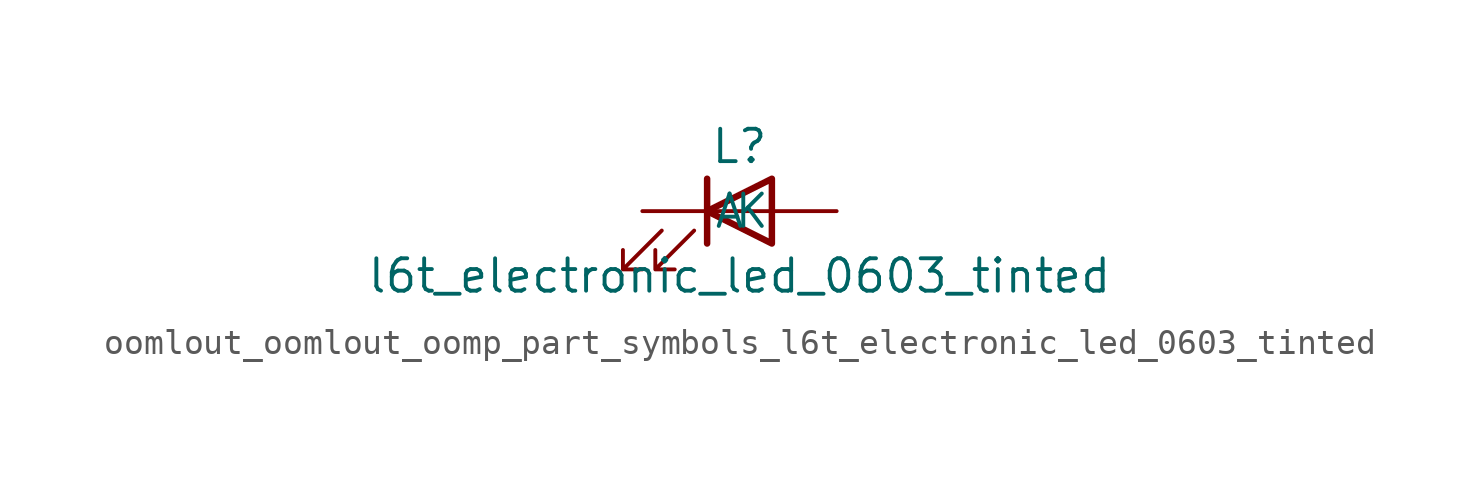
<source format=kicad_sym>
(kicad_symbol_lib
  (version 20220914)
  (generator kicad_symbol_editor)
  (symbol "oomlout_oomlout_oomp_part_symbols_l6t_electronic_led_0603_tinted"
    (pin_numbers hide)
    (pin_names
      (offset 1.016))
    (property "Reference" "L"
      (at 0 2.54 0)
      (effects (font (size 1.27 1.27))))
    (property "Value" "l6t_electronic_led_0603_tinted"
      (at 0 -2.54 0)
      (effects (font (size 1.27 1.27))))
    (symbol "oomlout_oomlout_oomp_part_symbols_l6t_electronic_led_0603_tinted_0_1"
      (polyline (pts (xy -1.27 -1.27) (xy -1.27 1.27)) (stroke (width 0.254) (type default)) (fill (type none)))
      (polyline (pts (xy -1.27 0) (xy 1.27 0)) (stroke (width 0) (type default)) (fill (type none)))
      (polyline (pts (xy 1.27 -1.27) (xy 1.27 1.27) (xy -1.27 0) (xy 1.27 -1.27)) (stroke (width 0.254) (type default)) (fill (type none)))
      (polyline (pts (xy -3.048 -0.762) (xy -4.572 -2.286) (xy -3.81 -2.286) (xy -4.572 -2.286) (xy -4.572 -1.524)) (stroke (width 0) (type default)) (fill (type none)))
      (polyline (pts (xy -1.778 -0.762) (xy -3.302 -2.286) (xy -2.54 -2.286) (xy -3.302 -2.286) (xy -3.302 -1.524)) (stroke (width 0) (type default)) (fill (type none))))
    (symbol "oomlout_oomlout_oomp_part_symbols_l6t_electronic_led_0603_tinted_1_1"
      (pin passive line (at -3.81 0 0) (length 2.54) (name "K" (effects (font (size 1.27 1.27)))) (number "1" (effects (font (size 1.27 1.27)))))
      (pin passive line (at 3.81 0 180) (length 2.54) (name "A" (effects (font (size 1.27 1.27)))) (number "2" (effects (font (size 1.27 1.27))))))))
</source>
